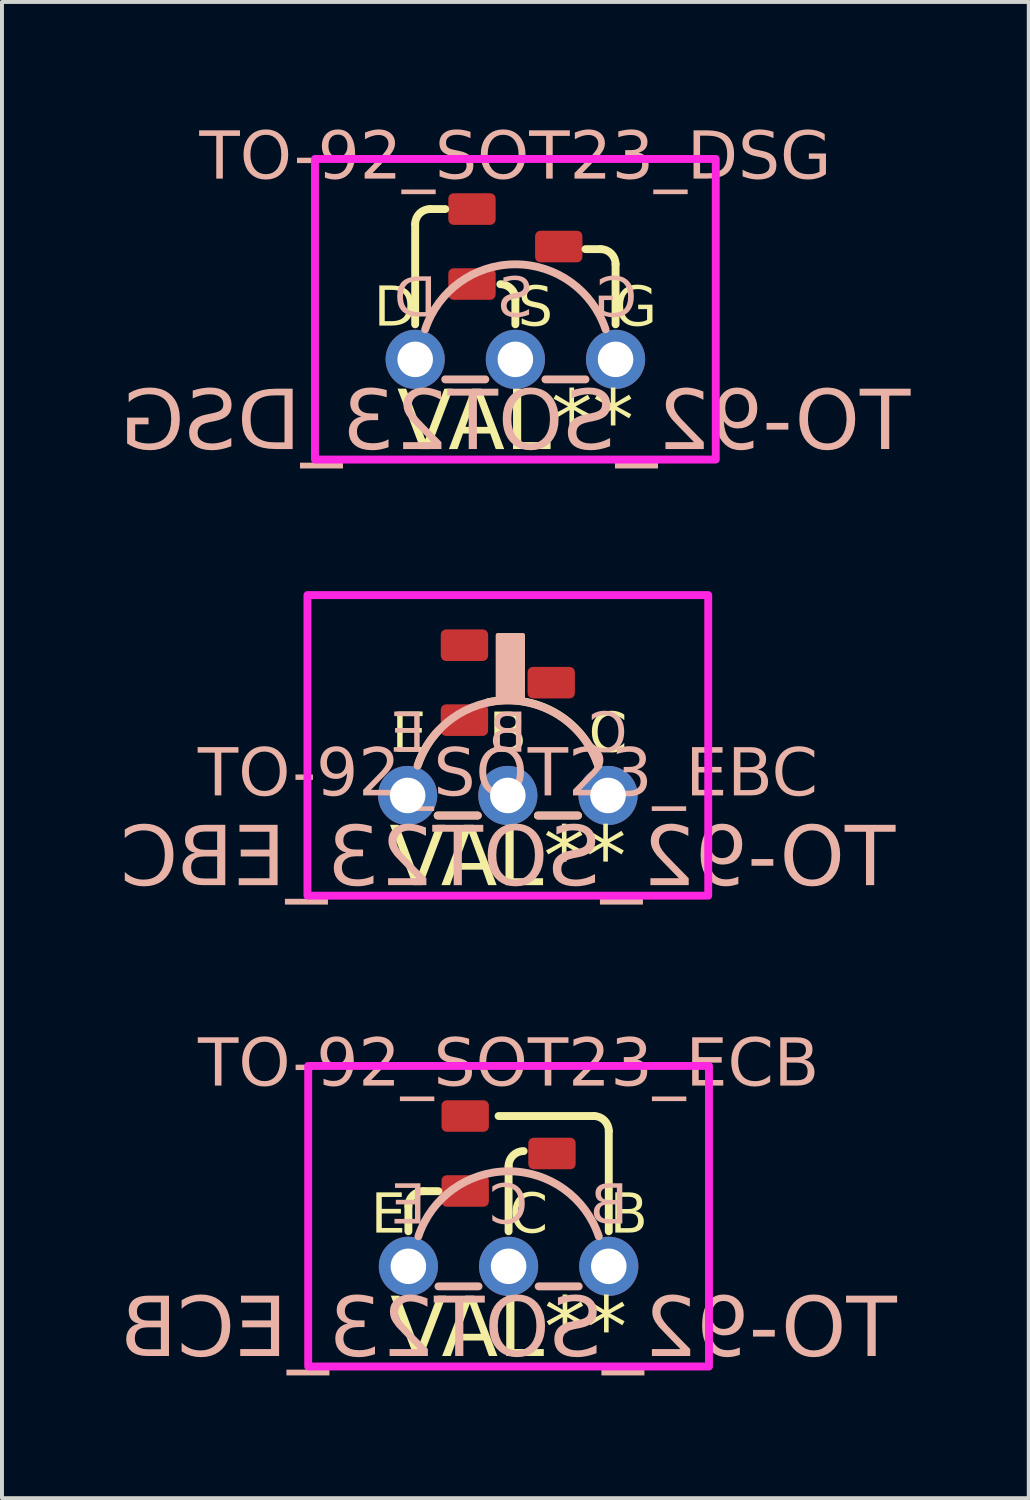
<source format=kicad_pcb>
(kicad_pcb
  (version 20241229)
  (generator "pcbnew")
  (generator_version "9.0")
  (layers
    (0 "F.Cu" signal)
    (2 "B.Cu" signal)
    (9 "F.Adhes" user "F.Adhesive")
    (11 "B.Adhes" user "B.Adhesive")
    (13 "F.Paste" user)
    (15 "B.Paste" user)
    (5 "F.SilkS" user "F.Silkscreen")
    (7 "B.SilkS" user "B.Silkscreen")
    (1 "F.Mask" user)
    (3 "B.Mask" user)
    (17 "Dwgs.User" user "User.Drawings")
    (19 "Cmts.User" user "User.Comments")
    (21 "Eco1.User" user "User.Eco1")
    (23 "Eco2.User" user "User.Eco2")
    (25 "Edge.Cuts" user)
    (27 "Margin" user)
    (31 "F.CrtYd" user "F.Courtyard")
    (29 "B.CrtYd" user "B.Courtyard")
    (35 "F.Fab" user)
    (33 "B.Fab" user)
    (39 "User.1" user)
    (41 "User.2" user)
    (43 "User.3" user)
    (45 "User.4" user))
  (footprint "TO-92_SOT23_DSG"
    (layer "F.Cu")
    (at 10.015 4.79)
    (property "Reference" "TO-92_SOT23_DSG" (at 0 -3.81 0) (unlocked yes) (layer "B.SilkS") (effects (font (face "Milk Run") (size 1.2 1.2) (thickness 0.1))))
    (property "Value" "VAL**" (at 0 4.064 0) (unlocked yes) (layer "F.SilkS") (hide yes) (effects (font (face "Milk Run") (size 1.2 1.2) (thickness 0.1))))
    (attr through_hole)
    (fp_line (start -2.54 0.381) (end -2.54 -2.159) (stroke (width 0.2) (type solid)) (layer "F.SilkS"))
    (fp_line (start -1.778 -2.54) (end -2.159 -2.54) (stroke (width 0.2) (type solid)) (layer "F.SilkS"))
    (fp_line (start 0 0.381) (end 0 -0.254) (stroke (width 0.2) (type solid)) (layer "F.SilkS"))
    (fp_line (start 2.159 -1.524) (end 1.778 -1.524) (stroke (width 0.2) (type solid)) (layer "F.SilkS"))
    (fp_line (start 2.54 0.381) (end 2.54 -1.143) (stroke (width 0.2) (type solid)) (layer "F.SilkS"))
    (fp_arc (start -2.54 -2.159) (mid -2.428408 -2.428408) (end -2.159 -2.54) (stroke (width 0.2) (type solid)) (layer "F.SilkS"))
    (fp_arc (start -0.381 -0.635) (mid -0.111592 -0.523408) (end 0 -0.254) (stroke (width 0.2) (type solid)) (layer "F.SilkS"))
    (fp_arc (start 2.159 -1.524) (mid 2.428408 -1.412408) (end 2.54 -1.143) (stroke (width 0.2) (type solid)) (layer "F.SilkS"))
    (fp_line (start -0.762 1.778) (end -1.778 1.778) (stroke (width 0.2) (type default)) (layer "B.SilkS"))
    (fp_line (start 0.762 1.778) (end 1.778 1.778) (stroke (width 0.2) (type default)) (layer "B.SilkS"))
    (fp_arc (start -2.285998 0.508) (mid 0 -1.139654) (end 2.285998 0.508) (stroke (width 0.2) (type default)) (layer "B.SilkS"))
    (fp_rect (start -5.08 -3.81) (end 5.08 3.81) (stroke (width 0.2) (type default)) (fill no) (layer "F.CrtYd"))
    (fp_text user "G" (at 3.048 0 0) (unlocked yes) (layer "F.SilkS") (effects (font (face "Milk Run") (size 1 1) (thickness 0.125))))
    (fp_text user "${VALUE}" (at 0 2.921 0) (layer "F.SilkS") (effects (font (face "Milk Run") (size 1.5 1.5) (thickness 0.1))))
    (fp_text user "D" (at -3.048 0 0) (unlocked yes) (layer "F.SilkS") (effects (font (face "Milk Run") (size 1 1) (thickness 0.125))))
    (fp_text user "S" (at 0.508 0 0) (unlocked yes) (layer "F.SilkS") (effects (font (face "Milk Run") (size 1 1) (thickness 0.125))))
    (fp_text user "${REFERENCE}" (at 0 2.921 0) (layer "B.SilkS") (effects (font (face "Milk Run") (size 1.5 1.5) (thickness 0.1)) (justify mirror)))
    (fp_text user "S" (at 0 -0.23 0) (unlocked yes) (layer "B.SilkS") (effects (font (face "Milk Run") (size 1 1) (thickness 0.125)) (justify mirror)))
    (fp_text user "D" (at -2.54 -0.23 0) (unlocked yes) (layer "B.SilkS") (effects (font (face "Milk Run") (size 1 1) (thickness 0.125)) (justify mirror)))
    (fp_text user "G" (at 2.54 -0.23 0) (unlocked yes) (layer "B.SilkS") (effects (font (face "Milk Run") (size 1 1) (thickness 0.125)) (justify mirror)))
    (pad "1" thru_hole circle (at -2.54 1.27) (size 1.5 1.5) (drill 0.9) (layers "*.Cu" "*.Mask"))
    (pad "1" smd roundrect (at -1.1 -2.54) (size 1.2 0.8) (layers "F.Cu" "F.Mask" "F.Paste") (roundrect_rratio 0.167))
    (pad "2" smd roundrect (at -1.1 -0.64) (size 1.2 0.8) (layers "F.Cu" "F.Mask" "F.Paste") (roundrect_rratio 0.167))
    (pad "2" thru_hole circle (at 0 1.27) (size 1.5 1.5) (drill 0.9) (layers "*.Cu" "*.Mask"))
    (pad "3" smd roundrect (at 1.1 -1.59) (size 1.2 0.8) (layers "F.Cu" "F.Mask" "F.Paste") (roundrect_rratio 0.167))
    (pad "3" thru_hole circle (at 2.54 1.27) (size 1.5 1.5) (drill 0.9) (layers "*.Cu" "*.Mask")))
  (footprint "TO-92_SOT23_EBC"
    (layer "F.Cu")
    (at 9.824 15.846)
    (property "Reference" "TO-92_SOT23_EBC" (at 0 0.77 0) (unlocked yes) (layer "B.SilkS") (effects (font (face "Milk Run") (size 1.2 1.2) (thickness 0.1))))
    (property "Value" "VAL**" (at 0 2.27 0) (unlocked yes) (layer "F.SilkS") (hide yes) (effects (font (face "Milk Run") (size 1.2 1.2) (thickness 0.1))))
    (attr through_hole)
    (fp_line (start -0.762 1.778) (end -1.778 1.778) (stroke (width 0.2) (type default)) (layer "F.SilkS"))
    (fp_line (start 0.762 1.778) (end 1.778 1.778) (stroke (width 0.2) (type default)) (layer "F.SilkS"))
    (fp_arc (start -2.28422 0.508592) (mid -2.066838 0.034855) (end -1.7526 -0.381) (stroke (width 0.2) (type default)) (layer "F.SilkS"))
    (fp_arc (start -0.508 -1.0922) (mid 1.197647 -0.828498) (end 2.292214 0.505928) (stroke (width 0.2) (type default)) (layer "F.SilkS"))
    (fp_poly (pts (xy -0.254 -2.794) (xy 0.381 -2.794) (xy 0.381 -1.143) (xy -0.254 -1.143)) (stroke (width 0.1) (type solid)) (fill yes) (layer "F.SilkS"))
    (fp_line (start -0.762 1.778) (end -1.778 1.778) (stroke (width 0.2) (type default)) (layer "B.SilkS"))
    (fp_line (start 0.762 1.778) (end 1.778 1.778) (stroke (width 0.2) (type default)) (layer "B.SilkS"))
    (fp_rect (start -0.254 -2.794) (end 0.381 -1.143) (stroke (width 0.1) (type solid)) (fill yes) (layer "B.SilkS"))
    (fp_arc (start -2.285998 0.508) (mid 0 -1.139654) (end 2.285998 0.508) (stroke (width 0.2) (type default)) (layer "B.SilkS"))
    (fp_rect (start -5.08 -3.81) (end 5.08 3.81) (stroke (width 0.2) (type default)) (fill no) (layer "F.CrtYd"))
    (fp_text user "B" (at 0 -0.254 0) (unlocked yes) (layer "F.SilkS") (effects (font (face "Milk Run") (size 1 1) (thickness 0.125))))
    (fp_text user "C" (at 2.54 -0.254 0) (unlocked yes) (layer "F.SilkS") (effects (font (face "Milk Run") (size 1 1) (thickness 0.125))))
    (fp_text user "E" (at -2.5 -0.254 0) (unlocked yes) (layer "F.SilkS") (effects (font (face "Milk Run") (size 1 1) (thickness 0.125))))
    (fp_text user "${VALUE}" (at 0 2.921 0) (layer "F.SilkS") (effects (font (face "Milk Run") (size 1.5 1.5) (thickness 0.1))))
    (fp_text user "C" (at 2.54 -0.254 0) (unlocked yes) (layer "B.SilkS") (effects (font (face "Milk Run") (size 1 1) (thickness 0.125)) (justify mirror)))
    (fp_text user "B" (at 0 -0.254 0) (unlocked yes) (layer "B.SilkS") (effects (font (face "Milk Run") (size 1 1) (thickness 0.125)) (justify mirror)))
    (fp_text user "${REFERENCE}" (at 0 2.921 0) (layer "B.SilkS") (effects (font (face "Milk Run") (size 1.5 1.5) (thickness 0.1)) (justify mirror)))
    (fp_text user "E" (at -2.54 -0.254 0) (unlocked yes) (layer "B.SilkS") (effects (font (face "Milk Run") (size 1 1) (thickness 0.125)) (justify mirror)))
    (pad "1" thru_hole circle (at -2.54 1.27) (size 1.5 1.5) (drill 0.9) (layers "*.Cu" "*.Mask"))
    (pad "1" smd roundrect (at -1.1 -0.64) (size 1.2 0.8) (layers "F.Cu" "F.Mask" "F.Paste") (roundrect_rratio 0.167))
    (pad "2" smd roundrect (at -1.1 -2.54) (size 1.2 0.8) (layers "F.Cu" "F.Mask" "F.Paste") (roundrect_rratio 0.167))
    (pad "2" thru_hole circle (at 0 1.27) (size 1.5 1.5) (drill 0.9) (layers "*.Cu" "*.Mask"))
    (pad "3" smd roundrect (at 1.1 -1.59) (size 1.2 0.8) (layers "F.Cu" "F.Mask" "F.Paste") (roundrect_rratio 0.167))
    (pad "3" thru_hole circle (at 2.54 1.27) (size 1.5 1.5) (drill 0.9) (layers "*.Cu" "*.Mask")))
  (footprint "TO-92_SOT23_ECB"
    (layer "F.Cu")
    (at 9.843 27.782)
    (property "Reference" "TO-92_SOT23_ECB" (at 0 -3.81 0) (unlocked yes) (layer "B.SilkS") (effects (font (face "Milk Run") (size 1.2 1.2) (thickness 0.1))))
    (property "Value" "VAL**" (at 0 4.064 0) (unlocked yes) (layer "F.SilkS") (hide yes) (effects (font (face "Milk Run") (size 1.2 1.2) (thickness 0.1))))
    (attr through_hole)
    (fp_line (start -2.54 0.381) (end -2.54 -0.254) (stroke (width 0.2) (type solid)) (layer "F.SilkS"))
    (fp_line (start -1.778 -0.635) (end -2.159 -0.635) (stroke (width 0.2) (type solid)) (layer "F.SilkS"))
    (fp_line (start 0 0.381) (end 0 -1.27) (stroke (width 0.2) (type solid)) (layer "F.SilkS"))
    (fp_line (start 2.159 -2.54) (end -0.254 -2.54) (stroke (width 0.2) (type solid)) (layer "F.SilkS"))
    (fp_line (start 2.54 0.381) (end 2.54 -2.159) (stroke (width 0.2) (type solid)) (layer "F.SilkS"))
    (fp_arc (start -2.54 -0.253999) (mid -2.428408 -0.523407) (end -2.159 -0.634999) (stroke (width 0.2) (type solid)) (layer "F.SilkS"))
    (fp_arc (start 0 -1.269999) (mid 0.111592 -1.539407) (end 0.381 -1.650999) (stroke (width 0.2) (type solid)) (layer "F.SilkS"))
    (fp_arc (start 2.159 -2.54) (mid 2.428408 -2.428408) (end 2.54 -2.159) (stroke (width 0.2) (type solid)) (layer "F.SilkS"))
    (fp_line (start -0.762 1.778) (end -1.778 1.778) (stroke (width 0.2) (type default)) (layer "B.SilkS"))
    (fp_line (start 0.762 1.778) (end 1.778 1.778) (stroke (width 0.2) (type default)) (layer "B.SilkS"))
    (fp_arc (start -2.285998 0.508) (mid 0 -1.139654) (end 2.285998 0.508) (stroke (width 0.2) (type default)) (layer "B.SilkS"))
    (fp_rect (start -5.08 -3.81) (end 5.08 3.81) (stroke (width 0.2) (type default)) (fill no) (layer "F.CrtYd"))
    (fp_text user "${VALUE}" (at 0 2.921 0) (layer "F.SilkS") (effects (font (face "Milk Run") (size 1.5 1.5) (thickness 0.1))))
    (fp_text user "E" (at -3.048 0 0) (unlocked yes) (layer "F.SilkS") (effects (font (face "Milk Run") (size 1 1) (thickness 0.125))))
    (fp_text user "B" (at 3.048 0 0) (unlocked yes) (layer "F.SilkS") (effects (font (face "Milk Run") (size 1 1) (thickness 0.125))))
    (fp_text user "C" (at 0.508 0 0) (unlocked yes) (layer "F.SilkS") (effects (font (face "Milk Run") (size 1 1) (thickness 0.125))))
    (fp_text user "E" (at -2.54 -0.23 0) (unlocked yes) (layer "B.SilkS") (effects (font (face "Milk Run") (size 1 1) (thickness 0.125)) (justify mirror)))
    (fp_text user "${REFERENCE}" (at 0 2.921 0) (layer "B.SilkS") (effects (font (face "Milk Run") (size 1.5 1.5) (thickness 0.1)) (justify mirror)))
    (fp_text user "C" (at 0 -0.23 0) (unlocked yes) (layer "B.SilkS") (effects (font (face "Milk Run") (size 1 1) (thickness 0.125)) (justify mirror)))
    (fp_text user "B" (at 2.54 -0.23 0) (unlocked yes) (layer "B.SilkS") (effects (font (face "Milk Run") (size 1 1) (thickness 0.125)) (justify mirror)))
    (pad "1" thru_hole circle (at -2.54 1.27) (size 1.5 1.5) (drill 0.9) (layers "*.Cu" "*.Mask"))
    (pad "1" smd roundrect (at -1.1 -0.64) (size 1.2 0.8) (layers "F.Cu" "F.Mask" "F.Paste") (roundrect_rratio 0.167))
    (pad "2" smd roundrect (at -1.1 -2.54) (size 1.2 0.8) (layers "F.Cu" "F.Mask" "F.Paste") (roundrect_rratio 0.167))
    (pad "2" thru_hole circle (at 2.54 1.27) (size 1.5 1.5) (drill 0.9) (layers "*.Cu" "*.Mask"))
    (pad "3" thru_hole circle (at 0 1.27) (size 1.5 1.5) (drill 0.9) (layers "*.Cu" "*.Mask"))
    (pad "3" smd roundrect (at 1.1 -1.59) (size 1.2 0.8) (layers "F.Cu" "F.Mask" "F.Paste") (roundrect_rratio 0.167)))
  (gr_rect
    (start -3 -3)
    (end 23.03 34.929)
    (stroke (width 0.1) (type default))
    (fill no)
    (layer "Edge.Cuts")))
</source>
